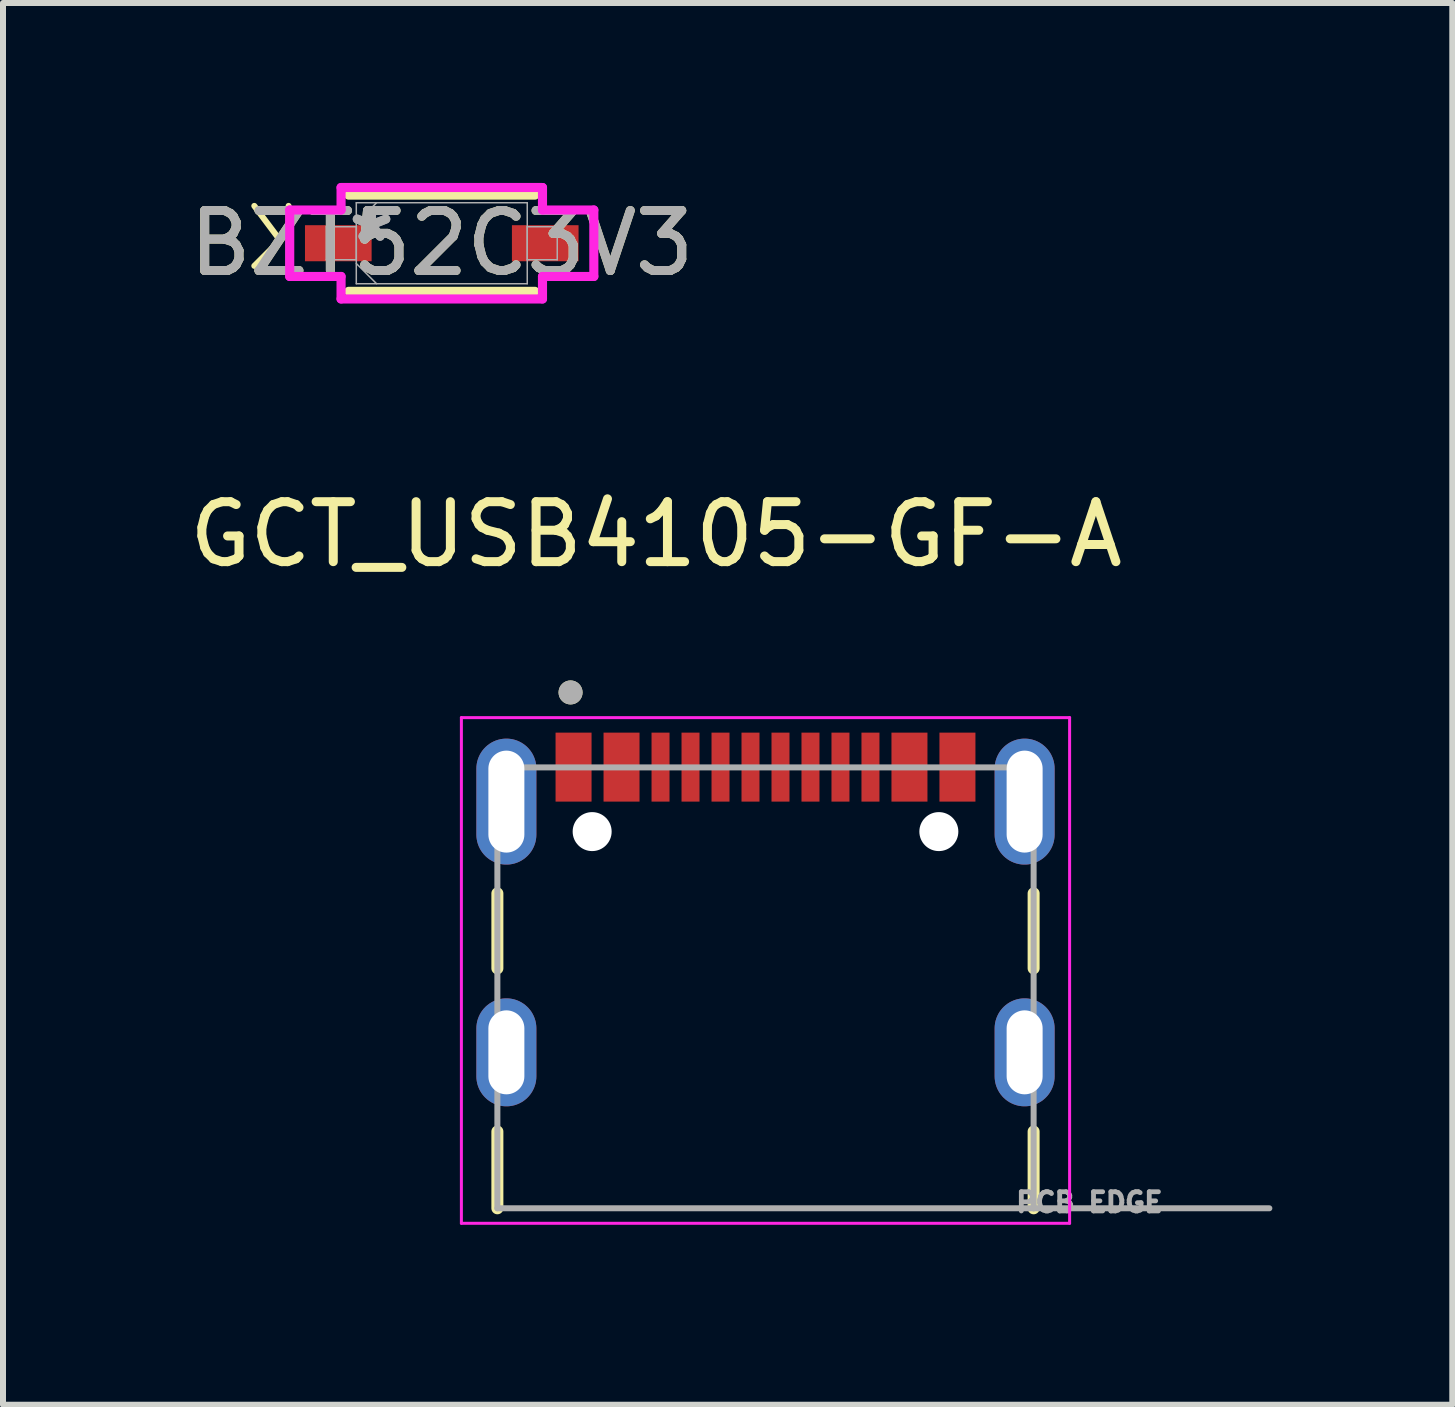
<source format=kicad_pcb>
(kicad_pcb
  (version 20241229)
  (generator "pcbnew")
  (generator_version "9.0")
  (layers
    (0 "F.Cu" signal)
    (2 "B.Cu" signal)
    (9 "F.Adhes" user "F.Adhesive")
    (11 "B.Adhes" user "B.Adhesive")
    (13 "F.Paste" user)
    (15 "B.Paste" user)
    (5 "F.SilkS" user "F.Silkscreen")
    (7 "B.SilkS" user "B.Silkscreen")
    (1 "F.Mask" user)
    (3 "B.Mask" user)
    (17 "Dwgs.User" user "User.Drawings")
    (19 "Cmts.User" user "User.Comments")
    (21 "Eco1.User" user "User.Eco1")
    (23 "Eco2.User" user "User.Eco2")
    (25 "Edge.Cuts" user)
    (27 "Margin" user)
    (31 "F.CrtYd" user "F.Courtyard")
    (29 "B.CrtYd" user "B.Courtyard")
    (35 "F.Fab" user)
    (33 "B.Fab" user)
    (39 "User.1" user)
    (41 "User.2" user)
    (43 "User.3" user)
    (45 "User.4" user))
  (footprint "GCT_USB4105-GF-A"
    (layer "F.Cu")
    (at 9.712 14.494)
    (property "Reference" "GCT_USB4105-GF-A" (at -1.825 -8.635 0) (layer "F.SilkS") (effects (font (size 1 1) (thickness 0.15))))
    (attr through_hole)
    (fp_poly (pts (xy -3.55 -5.38) (xy -2.85 -5.38) (xy -2.85 -4.13) (xy -3.55 -4.13)) (stroke (width 0.01) (type solid)) (fill yes) (layer "F.Mask"))
    (fp_poly (pts (xy -2.75 -5.38) (xy -2.05 -5.38) (xy -2.05 -4.13) (xy -2.75 -4.13)) (stroke (width 0.01) (type solid)) (fill yes) (layer "F.Mask"))
    (fp_poly (pts (xy -1.95 -5.38) (xy -1.55 -5.38) (xy -1.55 -4.13) (xy -1.95 -4.13)) (stroke (width 0.01) (type solid)) (fill yes) (layer "F.Mask"))
    (fp_poly (pts (xy -1.45 -5.38) (xy -1.05 -5.38) (xy -1.05 -4.13) (xy -1.45 -4.13)) (stroke (width 0.01) (type solid)) (fill yes) (layer "F.Mask"))
    (fp_poly (pts (xy -0.95 -5.38) (xy -0.55 -5.38) (xy -0.55 -4.13) (xy -0.95 -4.13)) (stroke (width 0.01) (type solid)) (fill yes) (layer "F.Mask"))
    (fp_poly (pts (xy -0.45 -5.38) (xy -0.05 -5.38) (xy -0.05 -4.13) (xy -0.45 -4.13)) (stroke (width 0.01) (type solid)) (fill yes) (layer "F.Mask"))
    (fp_poly (pts (xy 0.05 -5.38) (xy 0.45 -5.38) (xy 0.45 -4.13) (xy 0.05 -4.13)) (stroke (width 0.01) (type solid)) (fill yes) (layer "F.Mask"))
    (fp_poly (pts (xy 0.55 -5.38) (xy 0.95 -5.38) (xy 0.95 -4.13) (xy 0.55 -4.13)) (stroke (width 0.01) (type solid)) (fill yes) (layer "F.Mask"))
    (fp_poly (pts (xy 1.05 -5.38) (xy 1.45 -5.38) (xy 1.45 -4.13) (xy 1.05 -4.13)) (stroke (width 0.01) (type solid)) (fill yes) (layer "F.Mask"))
    (fp_poly (pts (xy 1.55 -5.38) (xy 1.95 -5.38) (xy 1.95 -4.13) (xy 1.55 -4.13)) (stroke (width 0.01) (type solid)) (fill yes) (layer "F.Mask"))
    (fp_poly (pts (xy 2.05 -5.38) (xy 2.75 -5.38) (xy 2.75 -4.13) (xy 2.05 -4.13)) (stroke (width 0.01) (type solid)) (fill yes) (layer "F.Mask"))
    (fp_poly (pts (xy 2.85 -5.38) (xy 3.55 -5.38) (xy 3.55 -4.13) (xy 2.85 -4.13)) (stroke (width 0.01) (type solid)) (fill yes) (layer "F.Mask"))
    (fp_line (start -4.47 -2.65) (end -4.47 -1.4) (stroke (width 0.2) (type solid)) (layer "F.SilkS"))
    (fp_line (start -4.47 1.32) (end -4.47 2.6) (stroke (width 0.2) (type solid)) (layer "F.SilkS"))
    (fp_line (start 4.47 -2.65) (end 4.47 -1.4) (stroke (width 0.2) (type solid)) (layer "F.SilkS"))
    (fp_line (start 4.47 2.6) (end 4.47 1.32) (stroke (width 0.2) (type solid)) (layer "F.SilkS"))
    (fp_circle (center -3.25 -6) (end -3.15 -6) (stroke (width 0.2) (type solid)) (fill no) (layer "F.SilkS"))
    (fp_line (start -5.07 -5.58) (end -5.07 2.85) (stroke (width 0.05) (type solid)) (layer "F.CrtYd"))
    (fp_line (start -5.07 2.85) (end 5.07 2.85) (stroke (width 0.05) (type solid)) (layer "F.CrtYd"))
    (fp_line (start 5.07 -5.58) (end -5.07 -5.58) (stroke (width 0.05) (type solid)) (layer "F.CrtYd"))
    (fp_line (start 5.07 2.85) (end 5.07 -5.58) (stroke (width 0.05) (type solid)) (layer "F.CrtYd"))
    (fp_line (start -4.47 -4.75) (end 4.47 -4.75) (stroke (width 0.1) (type solid)) (layer "F.Fab"))
    (fp_line (start -4.47 2.6) (end -4.47 -4.75) (stroke (width 0.1) (type solid)) (layer "F.Fab"))
    (fp_line (start 4.47 -4.75) (end 4.47 2.6) (stroke (width 0.1) (type solid)) (layer "F.Fab"))
    (fp_line (start 4.47 2.6) (end -4.47 2.6) (stroke (width 0.1) (type solid)) (layer "F.Fab"))
    (fp_line (start 4.47 2.6) (end 8.4 2.6) (stroke (width 0.1) (type solid)) (layer "F.Fab"))
    (fp_circle (center -3.25 -6) (end -3.15 -6) (stroke (width 0.2) (type solid)) (fill no) (layer "F.Fab"))
    (fp_text user "PCB EDGE" (at 5.4 2.5 0) (layer "F.Fab") (effects (font (size 0.32 0.32) (thickness 0.15))))
    (pad "" np_thru_hole circle (at -2.89 -3.68) (size 0.65 0.65) (drill 0.65) (layers "*.Cu" "*.Mask"))
    (pad "" np_thru_hole circle (at 2.89 -3.68) (size 0.65 0.65) (drill 0.65) (layers "*.Cu" "*.Mask"))
    (pad "A1_B12" smd rect (at -3.2 -4.755) (size 0.6 1.15) (layers "F.Cu" "F.Paste"))
    (pad "A4_B9" smd rect (at -2.4 -4.755) (size 0.6 1.15) (layers "F.Cu" "F.Paste"))
    (pad "A5" smd rect (at -1.25 -4.755) (size 0.3 1.15) (layers "F.Cu" "F.Paste"))
    (pad "A6" smd rect (at -0.25 -4.755) (size 0.3 1.15) (layers "F.Cu" "F.Paste"))
    (pad "A7" smd rect (at 0.25 -4.755) (size 0.3 1.15) (layers "F.Cu" "F.Paste"))
    (pad "A8" smd rect (at 1.25 -4.755) (size 0.3 1.15) (layers "F.Cu" "F.Paste"))
    (pad "B1_A12" smd rect (at 3.2 -4.755) (size 0.6 1.15) (layers "F.Cu" "F.Paste"))
    (pad "B4_A9" smd rect (at 2.4 -4.755) (size 0.6 1.15) (layers "F.Cu" "F.Paste"))
    (pad "B5" smd rect (at 1.75 -4.755) (size 0.3 1.15) (layers "F.Cu" "F.Paste"))
    (pad "B6" smd rect (at 0.75 -4.755) (size 0.3 1.15) (layers "F.Cu" "F.Paste"))
    (pad "B7" smd rect (at -0.75 -4.755) (size 0.3 1.15) (layers "F.Cu" "F.Paste"))
    (pad "B8" smd rect (at -1.75 -4.755) (size 0.3 1.15) (layers "F.Cu" "F.Paste"))
    (pad "S1" thru_hole oval (at -4.32 -4.18) (size 1 2.1) (drill oval 0.6 1.7) (layers "*.Cu" "*.Mask"))
    (pad "S1" thru_hole oval (at -4.32 0) (size 1 1.8) (drill oval 0.6 1.4) (layers "*.Cu" "*.Mask"))
    (pad "S1" thru_hole oval (at 4.32 -4.18) (size 1 2.1) (drill oval 0.6 1.7) (layers "*.Cu" "*.Mask"))
    (pad "S1" thru_hole oval (at 4.32 0) (size 1 1.8) (drill oval 0.6 1.4) (layers "*.Cu" "*.Mask")))
  (footprint "BZT52C3V3"
    (layer "F.Cu")
    (at 4.315 1.005)
    (property "Reference" "BZT52C3V3" (at 0 0 0) (unlocked yes) (layer "F.SilkS") (effects (font (size 1 1) (thickness 0.15))))
    (attr smd)
    (fp_line (start -1.552 0.802) (end 1.552 0.802) (stroke (width 0.152) (type solid)) (layer "F.SilkS"))
    (fp_line (start 1.552 -0.802) (end -1.552 -0.802) (stroke (width 0.152) (type solid)) (layer "F.SilkS"))
    (fp_line (start -2.535 -0.554) (end -1.679 -0.554) (stroke (width 0.152) (type solid)) (layer "F.CrtYd"))
    (fp_line (start -2.535 0.554) (end -2.535 -0.554) (stroke (width 0.152) (type solid)) (layer "F.CrtYd"))
    (fp_line (start -1.679 -0.929) (end 1.679 -0.929) (stroke (width 0.152) (type solid)) (layer "F.CrtYd"))
    (fp_line (start -1.679 -0.554) (end -1.679 -0.929) (stroke (width 0.152) (type solid)) (layer "F.CrtYd"))
    (fp_line (start -1.679 0.554) (end -2.535 0.554) (stroke (width 0.152) (type solid)) (layer "F.CrtYd"))
    (fp_line (start -1.679 0.929) (end -1.679 0.554) (stroke (width 0.152) (type solid)) (layer "F.CrtYd"))
    (fp_line (start 1.679 -0.929) (end 1.679 -0.554) (stroke (width 0.152) (type solid)) (layer "F.CrtYd"))
    (fp_line (start 1.679 -0.554) (end 2.535 -0.554) (stroke (width 0.152) (type solid)) (layer "F.CrtYd"))
    (fp_line (start 1.679 0.554) (end 1.679 0.929) (stroke (width 0.152) (type solid)) (layer "F.CrtYd"))
    (fp_line (start 1.679 0.929) (end -1.679 0.929) (stroke (width 0.152) (type solid)) (layer "F.CrtYd"))
    (fp_line (start 2.535 -0.554) (end 2.535 0.554) (stroke (width 0.152) (type solid)) (layer "F.CrtYd"))
    (fp_line (start 2.535 0.554) (end 1.679 0.554) (stroke (width 0.152) (type solid)) (layer "F.CrtYd"))
    (fp_line (start -1.925 -0.275) (end -1.925 0.275) (stroke (width 0.025) (type solid)) (layer "F.Fab"))
    (fp_line (start -1.925 0.275) (end -1.425 0.275) (stroke (width 0.025) (type solid)) (layer "F.Fab"))
    (fp_line (start -1.425 -0.675) (end -1.425 0.675) (stroke (width 0.025) (type solid)) (layer "F.Fab"))
    (fp_line (start -1.425 -0.338) (end -1.087 -0.675) (stroke (width 0.025) (type solid)) (layer "F.Fab"))
    (fp_line (start -1.425 -0.275) (end -1.925 -0.275) (stroke (width 0.025) (type solid)) (layer "F.Fab"))
    (fp_line (start -1.425 0.275) (end -1.425 -0.275) (stroke (width 0.025) (type solid)) (layer "F.Fab"))
    (fp_line (start -1.425 0.338) (end -1.087 0.675) (stroke (width 0.025) (type solid)) (layer "F.Fab"))
    (fp_line (start -1.425 0.675) (end 1.425 0.675) (stroke (width 0.025) (type solid)) (layer "F.Fab"))
    (fp_line (start 1.425 -0.675) (end -1.425 -0.675) (stroke (width 0.025) (type solid)) (layer "F.Fab"))
    (fp_line (start 1.425 -0.275) (end 1.425 0.275) (stroke (width 0.025) (type solid)) (layer "F.Fab"))
    (fp_line (start 1.425 0.275) (end 1.925 0.275) (stroke (width 0.025) (type solid)) (layer "F.Fab"))
    (fp_line (start 1.425 0.675) (end 1.425 -0.675) (stroke (width 0.025) (type solid)) (layer "F.Fab"))
    (fp_line (start 1.925 -0.275) (end 1.425 -0.275) (stroke (width 0.025) (type solid)) (layer "F.Fab"))
    (fp_line (start 1.925 0.275) (end 1.925 -0.275) (stroke (width 0.025) (type solid)) (layer "F.Fab"))
    (fp_text user "K" (at -2.25 -0.75 180) (unlocked yes) (layer "F.SilkS") (effects (font (size 1 1) (thickness 0.1)) (justify left bottom)))
    (fp_text user "*" (at -1.171 0 0) (layer "F.Fab") (effects (font (size 1 1) (thickness 0.15))))
    (fp_text user "${REFERENCE}" (at 0 0 0) (unlocked yes) (layer "F.Fab") (effects (font (size 1 1) (thickness 0.15))))
    (fp_text user "*" (at -1.171 0 0) (unlocked yes) (layer "F.Fab") (effects (font (size 1 1) (thickness 0.15))))
    (pad "1" smd rect (at -1.725 0) (size 1.111 0.601) (layers "F.Cu" "F.Mask" "F.Paste"))
    (pad "2" smd rect (at 1.725 0) (size 1.111 0.601) (layers "F.Cu" "F.Mask" "F.Paste")))
  (gr_rect
    (start -3 -3)
    (end 21.162 20.369)
    (stroke (width 0.1) (type default))
    (fill no)
    (layer "Edge.Cuts")))
</source>
